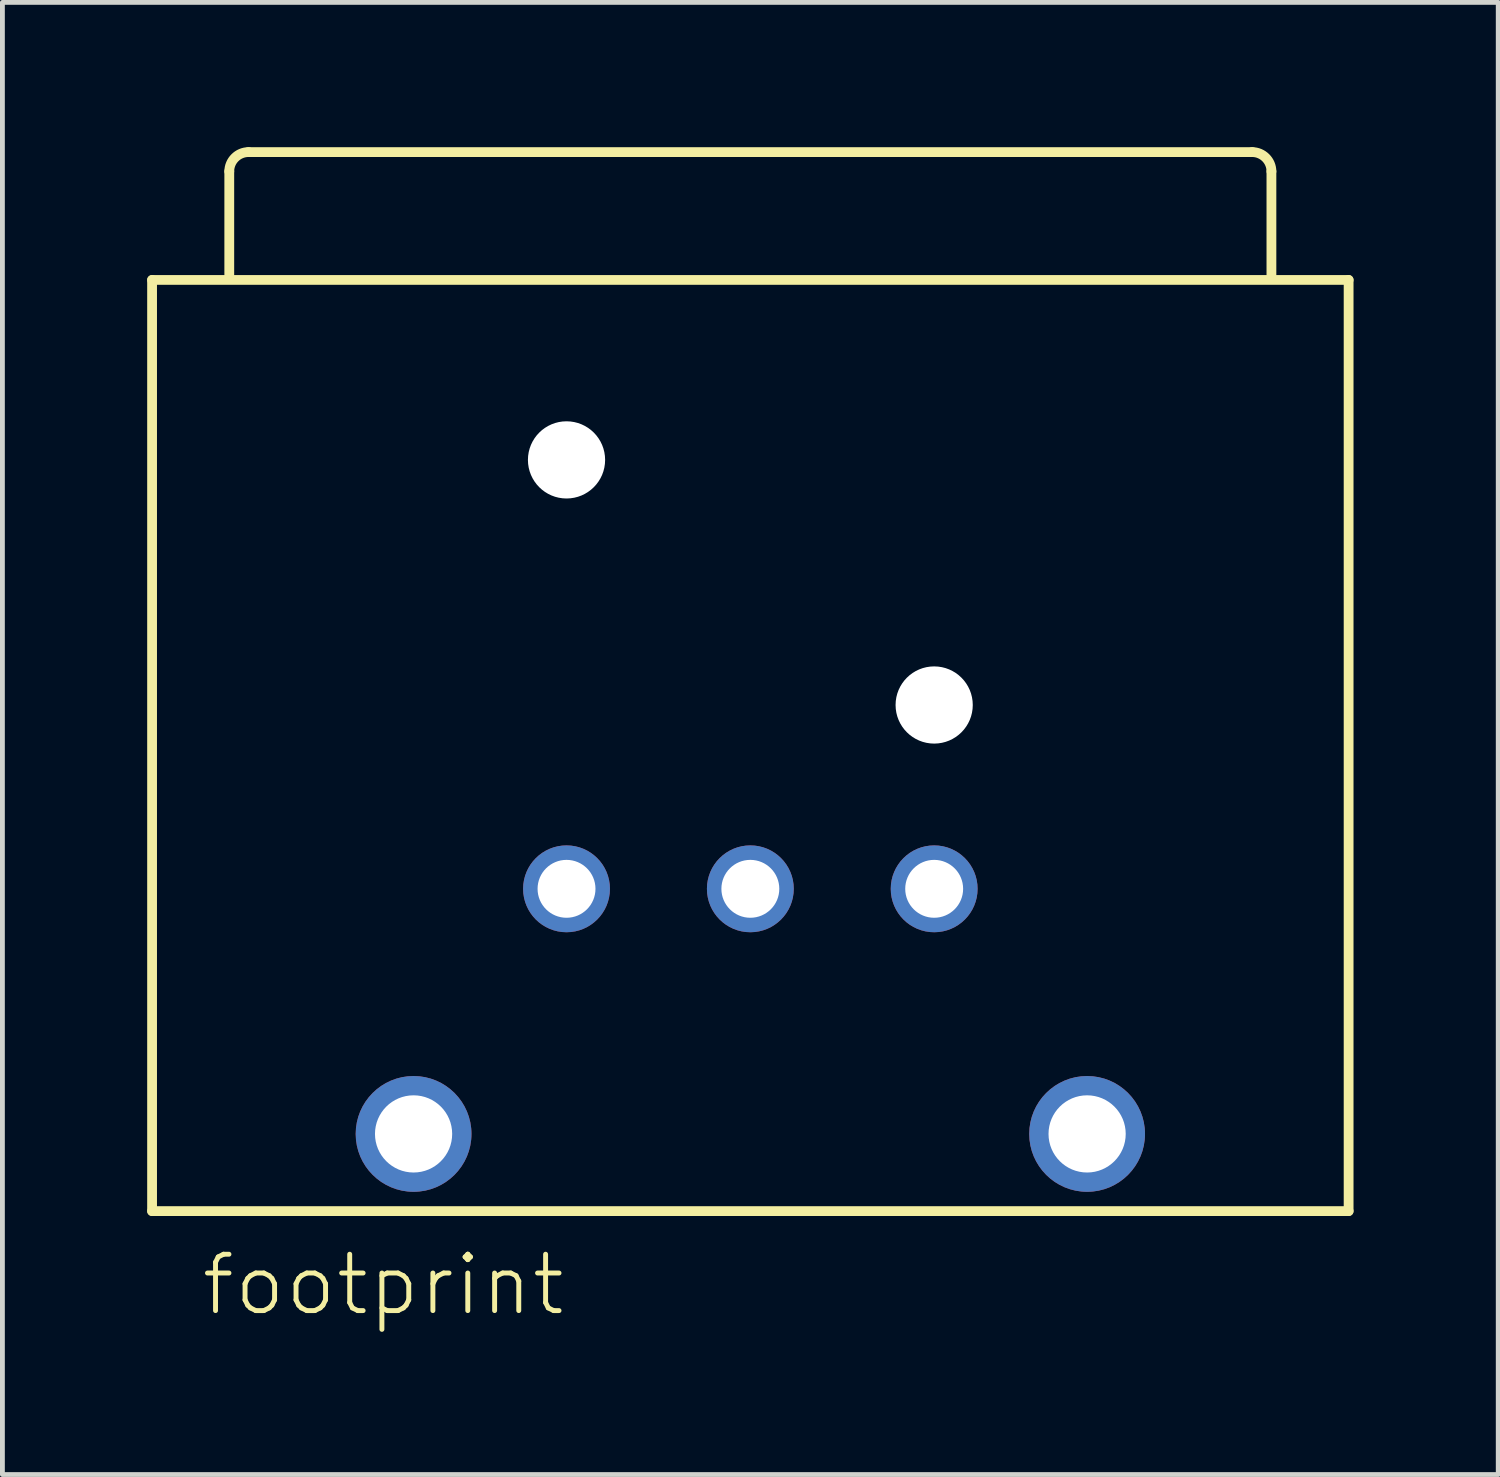
<source format=kicad_pcb>
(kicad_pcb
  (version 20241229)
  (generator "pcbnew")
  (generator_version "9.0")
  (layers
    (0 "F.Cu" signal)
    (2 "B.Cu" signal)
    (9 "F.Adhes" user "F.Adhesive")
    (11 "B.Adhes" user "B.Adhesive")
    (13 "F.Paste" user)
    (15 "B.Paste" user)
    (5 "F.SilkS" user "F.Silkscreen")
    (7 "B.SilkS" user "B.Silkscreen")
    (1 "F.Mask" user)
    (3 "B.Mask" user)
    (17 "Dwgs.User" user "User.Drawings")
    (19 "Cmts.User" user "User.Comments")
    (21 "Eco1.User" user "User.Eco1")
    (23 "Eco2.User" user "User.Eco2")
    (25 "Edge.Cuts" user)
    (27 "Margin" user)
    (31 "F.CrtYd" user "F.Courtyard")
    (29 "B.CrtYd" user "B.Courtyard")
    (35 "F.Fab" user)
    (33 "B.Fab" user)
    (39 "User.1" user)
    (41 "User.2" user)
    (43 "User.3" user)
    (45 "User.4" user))
  (footprint "footprint"
    (layer "F.Cu")
    (at 12.502 15.372)
    (property "Reference" "footprint" (at -11.43 8.89 0) (layer "F.SilkS") (effects (font (size 1.168 1.168) (thickness 0.102)) (justify left bottom)))
    (fp_line (start -12.4 -12.62) (end 12.4 -12.62) (stroke (width 0.203) (type solid)) (layer "F.SilkS"))
    (fp_line (start -12.4 6.68) (end -12.4 -12.62) (stroke (width 0.203) (type solid)) (layer "F.SilkS"))
    (fp_line (start -10.8 -12.72) (end -10.8 -14.87) (stroke (width 0.203) (type solid)) (layer "F.SilkS"))
    (fp_line (start -10.4 -15.27) (end 10.4 -15.27) (stroke (width 0.203) (type solid)) (layer "F.SilkS"))
    (fp_line (start 10.8 -14.87) (end 10.8 -12.72) (stroke (width 0.203) (type solid)) (layer "F.SilkS"))
    (fp_line (start 12.4 -12.62) (end 12.4 6.68) (stroke (width 0.203) (type solid)) (layer "F.SilkS"))
    (fp_line (start 12.4 6.68) (end -12.4 6.68) (stroke (width 0.203) (type solid)) (layer "F.SilkS"))
    (fp_arc (start -10.8 -14.87) (mid -10.682843 -15.152843) (end -10.4 -15.27) (stroke (width 0.2032) (type solid)) (layer "F.SilkS"))
    (fp_arc (start 10.4 -15.27) (mid 10.682843 -15.152843) (end 10.8 -14.87) (stroke (width 0.2032) (type solid)) (layer "F.SilkS"))
    (pad "" np_thru_hole circle (at -3.81 -8.89) (size 1.6 1.6) (drill 1.6) (layers "*.Cu" "*.Mask"))
    (pad "" np_thru_hole circle (at 3.81 -3.81) (size 1.6 1.6) (drill 1.6) (layers "*.Cu" "*.Mask"))
    (pad "1" thru_hole circle (at 6.98 5.08) (size 2.4 2.4) (drill 1.6) (layers "*.Cu" "*.Mask"))
    (pad "2" thru_hole circle (at 3.81 0) (size 1.8 1.8) (drill 1.2) (layers "*.Cu" "*.Mask"))
    (pad "3" thru_hole circle (at -3.81 0) (size 1.8 1.8) (drill 1.2) (layers "*.Cu" "*.Mask"))
    (pad "4" thru_hole circle (at -6.98 5.08) (size 2.4 2.4) (drill 1.6) (layers "*.Cu" "*.Mask"))
    (pad "G" thru_hole circle (at 0 0) (size 1.8 1.8) (drill 1.2) (layers "*.Cu" "*.Mask")))
  (gr_rect
    (start -3 -3)
    (end 28.003 27.512)
    (stroke (width 0.1) (type default))
    (fill no)
    (layer "Edge.Cuts")))
</source>
